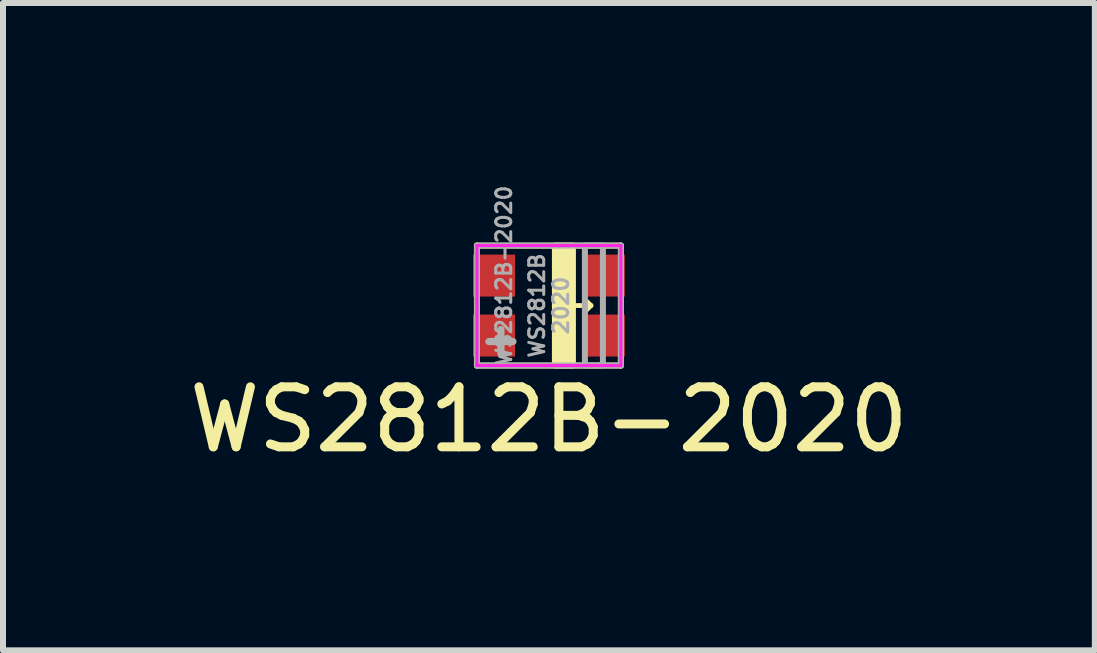
<source format=kicad_pcb>
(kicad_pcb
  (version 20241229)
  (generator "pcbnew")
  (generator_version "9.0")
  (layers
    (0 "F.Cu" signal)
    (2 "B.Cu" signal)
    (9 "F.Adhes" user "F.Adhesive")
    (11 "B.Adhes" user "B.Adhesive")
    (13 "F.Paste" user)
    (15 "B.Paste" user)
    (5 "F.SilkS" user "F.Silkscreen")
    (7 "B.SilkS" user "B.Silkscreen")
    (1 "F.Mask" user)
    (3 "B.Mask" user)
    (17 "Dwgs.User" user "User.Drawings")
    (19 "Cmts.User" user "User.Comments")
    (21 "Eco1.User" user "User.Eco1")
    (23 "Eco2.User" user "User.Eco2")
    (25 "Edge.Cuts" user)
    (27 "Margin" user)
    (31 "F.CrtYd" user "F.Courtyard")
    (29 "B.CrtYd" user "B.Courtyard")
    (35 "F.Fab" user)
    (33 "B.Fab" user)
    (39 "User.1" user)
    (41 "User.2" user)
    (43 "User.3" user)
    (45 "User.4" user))
  (footprint "WS2812B-2020"
    (layer "F.Cu")
    (at 6.101 2.044)
    (property "Reference" "WS2812B-2020" (at 0 1.9 0) (layer "F.SilkS") (effects (font (size 1 1) (thickness 0.15))))
    (attr through_hole)
    (fp_line (start -1.2 -1) (end 1.2 -1) (stroke (width 0.1) (type solid)) (layer "F.SilkS"))
    (fp_line (start -1.2 1) (end -1.2 -1) (stroke (width 0.1) (type solid)) (layer "F.SilkS"))
    (fp_line (start 0.3 0) (end 0.7 0) (stroke (width 0.08) (type solid)) (layer "F.SilkS"))
    (fp_line (start 0.7 0) (end 0.6 -0.1) (stroke (width 0.08) (type solid)) (layer "F.SilkS"))
    (fp_line (start 0.7 0) (end 0.6 0.1) (stroke (width 0.08) (type solid)) (layer "F.SilkS"))
    (fp_line (start 1.2 -1) (end 1.2 1) (stroke (width 0.1) (type solid)) (layer "F.SilkS"))
    (fp_line (start 1.2 1) (end -1.2 1) (stroke (width 0.1) (type solid)) (layer "F.SilkS"))
    (fp_poly (pts (xy 0.1 -1) (xy 0.1 1) (xy 0.4 1) (xy 0.4 -1)) (stroke (width 0.1) (type solid)) (fill yes) (layer "F.SilkS"))
    (fp_line (start -1.2 -1) (end -1.2 1) (stroke (width 0.05) (type solid)) (layer "F.CrtYd"))
    (fp_line (start -1.2 1) (end 1.2 1) (stroke (width 0.05) (type solid)) (layer "F.CrtYd"))
    (fp_line (start 1.2 -1) (end -1.2 -1) (stroke (width 0.05) (type solid)) (layer "F.CrtYd"))
    (fp_line (start 1.2 1) (end 1.2 -1) (stroke (width 0.05) (type solid)) (layer "F.CrtYd"))
    (fp_line (start -1.2 -1) (end 1.2 -1) (stroke (width 0.1) (type solid)) (layer "F.Fab"))
    (fp_line (start -1.2 1) (end -1.2 -1) (stroke (width 0.1) (type solid)) (layer "F.Fab"))
    (fp_line (start -1 0.6) (end -0.6 0.6) (stroke (width 0.12) (type solid)) (layer "F.Fab"))
    (fp_line (start -0.8 0.4) (end -0.8 0.8) (stroke (width 0.12) (type solid)) (layer "F.Fab"))
    (fp_line (start 1.2 -1) (end 1.2 1) (stroke (width 0.1) (type solid)) (layer "F.Fab"))
    (fp_line (start 1.2 1) (end -1.2 1) (stroke (width 0.1) (type solid)) (layer "F.Fab"))
    (fp_poly (pts (xy 0.6 -1) (xy 0.6 1) (xy 0.9 1) (xy 0.9 -1)) (stroke (width 0.1) (type solid)) (fill no) (layer "F.Fab"))
    (fp_text user "${REFERENCE}" (at -0.75 -0.5 90) (layer "F.Fab") (effects (font (size 0.25 0.25) (thickness 0.05))))
    (fp_text user "WS2812B" (at -0.2 0 90) (layer "F.Fab") (effects (font (size 0.25 0.25) (thickness 0.05))))
    (fp_text user "2020" (at 0.2 0 90) (layer "F.Fab") (effects (font (size 0.25 0.25) (thickness 0.05))))
    (pad "1" smd rect (at 0.915 0.5) (size 0.7 0.7) (layers "F.Cu" "F.Mask" "F.Paste"))
    (pad "2" smd rect (at 0.915 -0.5) (size 0.7 0.7) (layers "F.Cu" "F.Mask" "F.Paste"))
    (pad "3" smd rect (at -0.915 -0.5) (size 0.7 0.7) (layers "F.Cu" "F.Mask" "F.Paste"))
    (pad "4" smd rect (at -0.915 0.5) (size 0.7 0.7) (layers "F.Cu" "F.Mask" "F.Paste")))
  (gr_rect
    (start -3 -3)
    (end 15.202 7.792)
    (stroke (width 0.1) (type default))
    (fill no)
    (layer "Edge.Cuts")))
</source>
